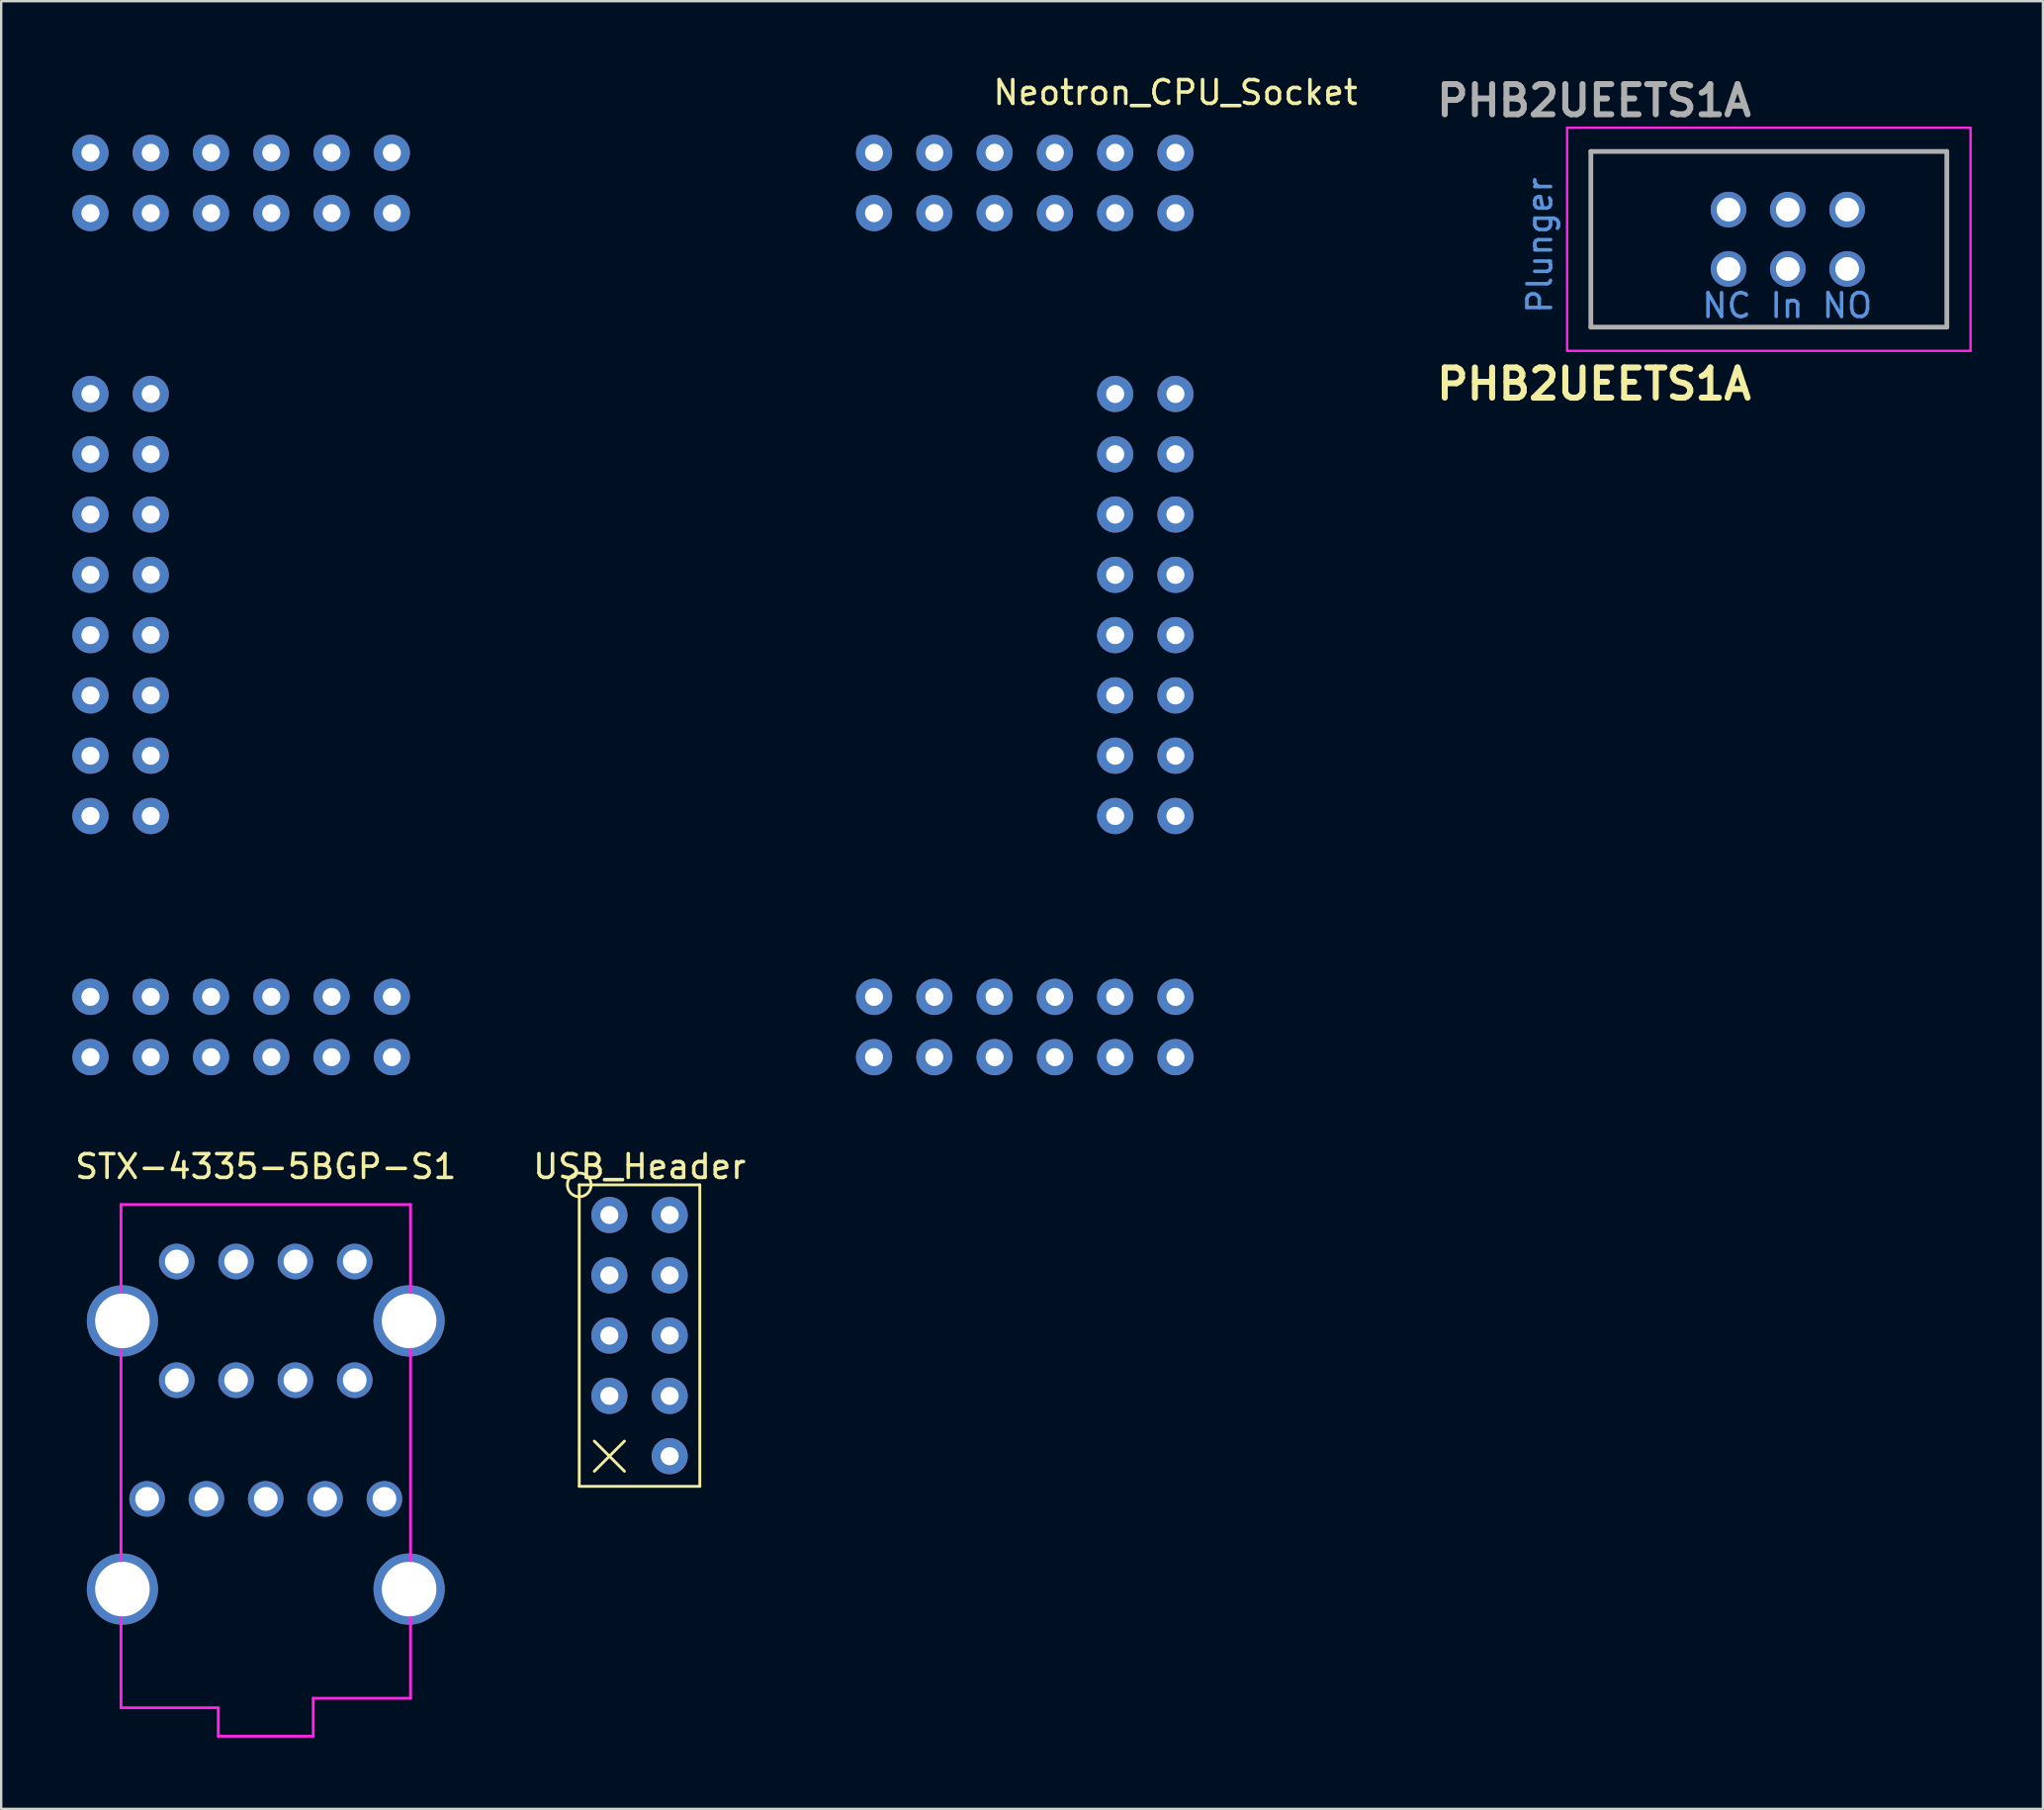
<source format=kicad_pcb>
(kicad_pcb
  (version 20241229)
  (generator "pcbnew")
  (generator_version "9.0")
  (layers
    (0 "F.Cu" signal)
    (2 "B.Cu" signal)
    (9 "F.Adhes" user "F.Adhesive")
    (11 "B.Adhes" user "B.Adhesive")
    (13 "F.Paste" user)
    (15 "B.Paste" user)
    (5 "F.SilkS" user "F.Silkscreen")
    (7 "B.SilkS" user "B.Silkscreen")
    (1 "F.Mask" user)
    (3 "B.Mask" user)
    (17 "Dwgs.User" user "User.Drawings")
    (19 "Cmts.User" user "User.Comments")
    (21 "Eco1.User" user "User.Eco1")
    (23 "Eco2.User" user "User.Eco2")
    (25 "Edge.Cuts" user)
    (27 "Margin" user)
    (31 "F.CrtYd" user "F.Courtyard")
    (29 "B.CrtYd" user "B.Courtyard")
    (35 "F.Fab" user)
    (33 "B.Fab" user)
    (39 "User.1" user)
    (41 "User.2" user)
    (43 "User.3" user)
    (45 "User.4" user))
  (footprint "STX-4335-5BGP-S1"
    (layer "F.Cu")
    (at 8.149 60.099)
    (property "Reference" "STX-4335-5BGP-S1" (at 0 -14 0) (layer "F.SilkS") (effects (font (size 1 1) (thickness 0.15))))
    (attr through_hole)
    (fp_line (start -6.1 -12.4) (end 6.1 -12.4) (stroke (width 0.12) (type solid)) (layer "F.CrtYd"))
    (fp_line (start -6.1 -7.5) (end -6.1 -12.4) (stroke (width 0.12) (type solid)) (layer "F.CrtYd"))
    (fp_line (start -6.1 8.8) (end -6.1 -7.2) (stroke (width 0.12) (type solid)) (layer "F.CrtYd"))
    (fp_line (start -2 8.8) (end -6.1 8.8) (stroke (width 0.12) (type solid)) (layer "F.CrtYd"))
    (fp_line (start -2 10) (end -2 8.8) (stroke (width 0.12) (type solid)) (layer "F.CrtYd"))
    (fp_line (start 2 8.4) (end 2 10) (stroke (width 0.12) (type solid)) (layer "F.CrtYd"))
    (fp_line (start 2 10) (end -2 10) (stroke (width 0.12) (type solid)) (layer "F.CrtYd"))
    (fp_line (start 6.1 -12.4) (end 6.1 8.4) (stroke (width 0.12) (type solid)) (layer "F.CrtYd"))
    (fp_line (start 6.1 8.4) (end 2 8.4) (stroke (width 0.12) (type solid)) (layer "F.CrtYd"))
    (pad "0" thru_hole circle (at -6.04 -7.5) (size 3 3) (drill 2.3) (layers "*.Cu" "*.Mask"))
    (pad "0" thru_hole circle (at -6.04 3.8) (size 3 3) (drill 2.3) (layers "*.Cu" "*.Mask"))
    (pad "0" thru_hole circle (at 6.04 -7.5) (size 3 3) (drill 2.3) (layers "*.Cu" "*.Mask"))
    (pad "0" thru_hole circle (at 6.04 3.8) (size 3 3) (drill 2.3) (layers "*.Cu" "*.Mask"))
    (pad "1" thru_hole circle (at 0 0) (size 1.5 1.5) (drill 1) (layers "*.Cu" "*.Mask"))
    (pad "2" thru_hole circle (at -5 0) (size 1.5 1.5) (drill 1) (layers "*.Cu" "*.Mask"))
    (pad "3" thru_hole circle (at -2.5 0) (size 1.5 1.5) (drill 1) (layers "*.Cu" "*.Mask"))
    (pad "4" thru_hole circle (at 2.5 0) (size 1.5 1.5) (drill 1) (layers "*.Cu" "*.Mask"))
    (pad "5" thru_hole circle (at 5 0) (size 1.5 1.5) (drill 1) (layers "*.Cu" "*.Mask"))
    (pad "22" thru_hole circle (at -3.75 -5) (size 1.5 1.5) (drill 1) (layers "*.Cu" "*.Mask"))
    (pad "23" thru_hole circle (at -1.25 -5) (size 1.5 1.5) (drill 1) (layers "*.Cu" "*.Mask"))
    (pad "24" thru_hole circle (at 1.25 -5) (size 1.5 1.5) (drill 1) (layers "*.Cu" "*.Mask"))
    (pad "25" thru_hole circle (at 3.75 -5) (size 1.5 1.5) (drill 1) (layers "*.Cu" "*.Mask"))
    (pad "32" thru_hole circle (at -3.75 -10) (size 1.5 1.5) (drill 1) (layers "*.Cu" "*.Mask"))
    (pad "33" thru_hole circle (at -1.25 -10) (size 1.5 1.5) (drill 1) (layers "*.Cu" "*.Mask"))
    (pad "34" thru_hole circle (at 1.25 -10) (size 1.5 1.5) (drill 1) (layers "*.Cu" "*.Mask"))
    (pad "35" thru_hole circle (at 3.75 -10) (size 1.5 1.5) (drill 1) (layers "*.Cu" "*.Mask")))
  (footprint "Neotron_CPU_Socket"
    (layer "F.Cu")
    (at 23.622 22.438)
    (property "Reference" "Neotron_CPU_Socket" (at 22.86 -21.59 0) (layer "F.SilkS") (effects (font (size 1 1) (thickness 0.15))))
    (attr through_hole)
    (pad "A1" thru_hole circle (at -22.86 -19.05 90) (size 1.524 1.524) (drill 0.762) (layers "*.Cu" "*.Mask"))
    (pad "A2" thru_hole circle (at -22.86 -16.51 90) (size 1.524 1.524) (drill 0.762) (layers "*.Cu" "*.Mask"))
    (pad "A3" thru_hole circle (at -22.86 -8.89 90) (size 1.524 1.524) (drill 0.762) (layers "*.Cu" "*.Mask"))
    (pad "A4" thru_hole circle (at -22.86 -6.35 90) (size 1.524 1.524) (drill 0.762) (layers "*.Cu" "*.Mask"))
    (pad "A5" thru_hole circle (at -22.86 -3.81 90) (size 1.524 1.524) (drill 0.762) (layers "*.Cu" "*.Mask"))
    (pad "A6" thru_hole circle (at -22.86 -1.27 90) (size 1.524 1.524) (drill 0.762) (layers "*.Cu" "*.Mask"))
    (pad "A7" thru_hole circle (at -22.86 1.27 90) (size 1.524 1.524) (drill 0.762) (layers "*.Cu" "*.Mask"))
    (pad "A8" thru_hole circle (at -22.86 3.81 90) (size 1.524 1.524) (drill 0.762) (layers "*.Cu" "*.Mask"))
    (pad "A9" thru_hole circle (at -22.86 6.35 90) (size 1.524 1.524) (drill 0.762) (layers "*.Cu" "*.Mask"))
    (pad "A10" thru_hole circle (at -22.86 8.89 90) (size 1.524 1.524) (drill 0.762) (layers "*.Cu" "*.Mask"))
    (pad "A11" thru_hole circle (at -22.86 16.51 90) (size 1.524 1.524) (drill 0.762) (layers "*.Cu" "*.Mask"))
    (pad "A12" thru_hole circle (at -22.86 19.05) (size 1.524 1.524) (drill 0.762) (layers "*.Cu" "*.Mask"))
    (pad "B1" thru_hole circle (at -20.32 -19.05 90) (size 1.524 1.524) (drill 0.762) (layers "*.Cu" "*.Mask"))
    (pad "B2" thru_hole circle (at -20.32 -16.51 90) (size 1.524 1.524) (drill 0.762) (layers "*.Cu" "*.Mask"))
    (pad "B3" thru_hole circle (at -20.32 -8.89 90) (size 1.524 1.524) (drill 0.762) (layers "*.Cu" "*.Mask"))
    (pad "B4" thru_hole circle (at -20.32 -6.35 90) (size 1.524 1.524) (drill 0.762) (layers "*.Cu" "*.Mask"))
    (pad "B5" thru_hole circle (at -20.32 -3.81 90) (size 1.524 1.524) (drill 0.762) (layers "*.Cu" "*.Mask"))
    (pad "B6" thru_hole circle (at -20.32 -1.27 90) (size 1.524 1.524) (drill 0.762) (layers "*.Cu" "*.Mask"))
    (pad "B7" thru_hole circle (at -20.32 1.27 90) (size 1.524 1.524) (drill 0.762) (layers "*.Cu" "*.Mask"))
    (pad "B8" thru_hole circle (at -20.32 3.81 90) (size 1.524 1.524) (drill 0.762) (layers "*.Cu" "*.Mask"))
    (pad "B9" thru_hole circle (at -20.32 6.35 90) (size 1.524 1.524) (drill 0.762) (layers "*.Cu" "*.Mask"))
    (pad "B10" thru_hole circle (at -20.32 8.89 90) (size 1.524 1.524) (drill 0.762) (layers "*.Cu" "*.Mask"))
    (pad "B11" thru_hole circle (at -20.32 16.51 90) (size 1.524 1.524) (drill 0.762) (layers "*.Cu" "*.Mask"))
    (pad "B12" thru_hole circle (at -20.32 19.05 90) (size 1.524 1.524) (drill 0.762) (layers "*.Cu" "*.Mask"))
    (pad "C1" thru_hole circle (at -17.78 -19.05 90) (size 1.524 1.524) (drill 0.762) (layers "*.Cu" "*.Mask"))
    (pad "C2" thru_hole circle (at -17.78 -16.51 90) (size 1.524 1.524) (drill 0.762) (layers "*.Cu" "*.Mask"))
    (pad "C11" thru_hole circle (at -17.78 16.51 90) (size 1.524 1.524) (drill 0.762) (layers "*.Cu" "*.Mask"))
    (pad "C12" thru_hole circle (at -17.78 19.05 90) (size 1.524 1.524) (drill 0.762) (layers "*.Cu" "*.Mask"))
    (pad "D1" thru_hole circle (at -15.24 -19.05 90) (size 1.524 1.524) (drill 0.762) (layers "*.Cu" "*.Mask"))
    (pad "D2" thru_hole circle (at -15.24 -16.51 90) (size 1.524 1.524) (drill 0.762) (layers "*.Cu" "*.Mask"))
    (pad "D11" thru_hole circle (at -15.24 16.51 90) (size 1.524 1.524) (drill 0.762) (layers "*.Cu" "*.Mask"))
    (pad "D12" thru_hole circle (at -15.24 19.05 90) (size 1.524 1.524) (drill 0.762) (layers "*.Cu" "*.Mask"))
    (pad "E1" thru_hole circle (at -12.7 -19.05 90) (size 1.524 1.524) (drill 0.762) (layers "*.Cu" "*.Mask"))
    (pad "E2" thru_hole circle (at -12.7 -16.51 90) (size 1.524 1.524) (drill 0.762) (layers "*.Cu" "*.Mask"))
    (pad "E11" thru_hole circle (at -12.7 16.51 90) (size 1.524 1.524) (drill 0.762) (layers "*.Cu" "*.Mask"))
    (pad "E12" thru_hole circle (at -12.7 19.05 90) (size 1.524 1.524) (drill 0.762) (layers "*.Cu" "*.Mask"))
    (pad "F1" thru_hole circle (at -10.16 -19.05 90) (size 1.524 1.524) (drill 0.762) (layers "*.Cu" "*.Mask"))
    (pad "F2" thru_hole circle (at -10.16 -16.51 90) (size 1.524 1.524) (drill 0.762) (layers "*.Cu" "*.Mask"))
    (pad "F11" thru_hole circle (at -10.16 16.51 90) (size 1.524 1.524) (drill 0.762) (layers "*.Cu" "*.Mask"))
    (pad "F12" thru_hole circle (at -10.16 19.05 90) (size 1.524 1.524) (drill 0.762) (layers "*.Cu" "*.Mask"))
    (pad "G1" thru_hole circle (at 10.16 -19.05 90) (size 1.524 1.524) (drill 0.762) (layers "*.Cu" "*.Mask"))
    (pad "G2" thru_hole circle (at 10.16 -16.51 90) (size 1.524 1.524) (drill 0.762) (layers "*.Cu" "*.Mask"))
    (pad "G11" thru_hole circle (at 10.16 16.51 90) (size 1.524 1.524) (drill 0.762) (layers "*.Cu" "*.Mask"))
    (pad "G12" thru_hole circle (at 10.16 19.05 90) (size 1.524 1.524) (drill 0.762) (layers "*.Cu" "*.Mask"))
    (pad "H1" thru_hole circle (at 12.7 -19.05 90) (size 1.524 1.524) (drill 0.762) (layers "*.Cu" "*.Mask"))
    (pad "H2" thru_hole circle (at 12.7 -16.51 90) (size 1.524 1.524) (drill 0.762) (layers "*.Cu" "*.Mask"))
    (pad "H11" thru_hole circle (at 12.7 16.51 90) (size 1.524 1.524) (drill 0.762) (layers "*.Cu" "*.Mask"))
    (pad "H12" thru_hole circle (at 12.7 19.05 90) (size 1.524 1.524) (drill 0.762) (layers "*.Cu" "*.Mask"))
    (pad "I1" thru_hole circle (at 15.24 -19.05 90) (size 1.524 1.524) (drill 0.762) (layers "*.Cu" "*.Mask"))
    (pad "I2" thru_hole circle (at 15.24 -16.51 90) (size 1.524 1.524) (drill 0.762) (layers "*.Cu" "*.Mask"))
    (pad "I11" thru_hole circle (at 15.24 16.51 90) (size 1.524 1.524) (drill 0.762) (layers "*.Cu" "*.Mask"))
    (pad "I12" thru_hole circle (at 15.24 19.05 90) (size 1.524 1.524) (drill 0.762) (layers "*.Cu" "*.Mask"))
    (pad "J1" thru_hole circle (at 17.78 -19.05 90) (size 1.524 1.524) (drill 0.762) (layers "*.Cu" "*.Mask"))
    (pad "J2" thru_hole circle (at 17.78 -16.51 90) (size 1.524 1.524) (drill 0.762) (layers "*.Cu" "*.Mask"))
    (pad "J11" thru_hole circle (at 17.78 16.51 90) (size 1.524 1.524) (drill 0.762) (layers "*.Cu" "*.Mask"))
    (pad "J12" thru_hole circle (at 17.78 19.05 90) (size 1.524 1.524) (drill 0.762) (layers "*.Cu" "*.Mask"))
    (pad "K1" thru_hole circle (at 20.32 -19.05 90) (size 1.524 1.524) (drill 0.762) (layers "*.Cu" "*.Mask"))
    (pad "K2" thru_hole circle (at 20.32 -16.51 90) (size 1.524 1.524) (drill 0.762) (layers "*.Cu" "*.Mask"))
    (pad "K3" thru_hole circle (at 20.32 -8.89 90) (size 1.524 1.524) (drill 0.762) (layers "*.Cu" "*.Mask"))
    (pad "K4" thru_hole circle (at 20.32 -6.35 90) (size 1.524 1.524) (drill 0.762) (layers "*.Cu" "*.Mask"))
    (pad "K5" thru_hole circle (at 20.32 -3.81 90) (size 1.524 1.524) (drill 0.762) (layers "*.Cu" "*.Mask"))
    (pad "K6" thru_hole circle (at 20.32 -1.27 90) (size 1.524 1.524) (drill 0.762) (layers "*.Cu" "*.Mask"))
    (pad "K7" thru_hole circle (at 20.32 1.27 90) (size 1.524 1.524) (drill 0.762) (layers "*.Cu" "*.Mask"))
    (pad "K8" thru_hole circle (at 20.32 3.81 90) (size 1.524 1.524) (drill 0.762) (layers "*.Cu" "*.Mask"))
    (pad "K9" thru_hole circle (at 20.32 6.35 90) (size 1.524 1.524) (drill 0.762) (layers "*.Cu" "*.Mask"))
    (pad "K10" thru_hole circle (at 20.32 8.89 90) (size 1.524 1.524) (drill 0.762) (layers "*.Cu" "*.Mask"))
    (pad "K11" thru_hole circle (at 20.32 16.51 90) (size 1.524 1.524) (drill 0.762) (layers "*.Cu" "*.Mask"))
    (pad "K12" thru_hole circle (at 20.32 19.05 90) (size 1.524 1.524) (drill 0.762) (layers "*.Cu" "*.Mask"))
    (pad "L1" thru_hole circle (at 22.86 -19.05 90) (size 1.524 1.524) (drill 0.762) (layers "*.Cu" "*.Mask"))
    (pad "L2" thru_hole circle (at 22.86 -16.51 90) (size 1.524 1.524) (drill 0.762) (layers "*.Cu" "*.Mask"))
    (pad "L3" thru_hole circle (at 22.86 -8.89 90) (size 1.524 1.524) (drill 0.762) (layers "*.Cu" "*.Mask"))
    (pad "L4" thru_hole circle (at 22.86 -6.35 90) (size 1.524 1.524) (drill 0.762) (layers "*.Cu" "*.Mask"))
    (pad "L5" thru_hole circle (at 22.86 -3.81 90) (size 1.524 1.524) (drill 0.762) (layers "*.Cu" "*.Mask"))
    (pad "L6" thru_hole circle (at 22.86 -1.27 90) (size 1.524 1.524) (drill 0.762) (layers "*.Cu" "*.Mask"))
    (pad "L7" thru_hole circle (at 22.86 1.27 90) (size 1.524 1.524) (drill 0.762) (layers "*.Cu" "*.Mask"))
    (pad "L8" thru_hole circle (at 22.86 3.81 90) (size 1.524 1.524) (drill 0.762) (layers "*.Cu" "*.Mask"))
    (pad "L9" thru_hole circle (at 22.86 6.35 90) (size 1.524 1.524) (drill 0.762) (layers "*.Cu" "*.Mask"))
    (pad "L10" thru_hole circle (at 22.86 8.89 90) (size 1.524 1.524) (drill 0.762) (layers "*.Cu" "*.Mask"))
    (pad "L11" thru_hole circle (at 22.86 16.51 90) (size 1.524 1.524) (drill 0.762) (layers "*.Cu" "*.Mask"))
    (pad "L12" thru_hole circle (at 22.86 19.05 90) (size 1.524 1.524) (drill 0.762) (layers "*.Cu" "*.Mask")))
  (footprint "PHB2UEETS1A"
    (layer "F.Cu")
    (at 71.486 7.031)
    (property "Reference" "PHB2UEETS1A" (at -7.366 6.096 0) (layer "F.SilkS") (effects (font (size 1.27 1.27) (thickness 0.254))))
    (attr through_hole)
    (fp_line (start -7.5 -3.7) (end 7.5 -3.7) (stroke (width 0.1) (type solid)) (layer "F.SilkS"))
    (fp_line (start -7.5 3.7) (end -7.5 -3.7) (stroke (width 0.1) (type solid)) (layer "F.SilkS"))
    (fp_line (start 7.5 -3.7) (end 7.5 3.7) (stroke (width 0.1) (type solid)) (layer "F.SilkS"))
    (fp_line (start 7.5 3.7) (end -7.5 3.7) (stroke (width 0.1) (type solid)) (layer "F.SilkS"))
    (fp_line (start -8.5 -4.7) (end 8.5 -4.7) (stroke (width 0.1) (type solid)) (layer "F.CrtYd"))
    (fp_line (start -8.5 4.7) (end -8.5 -4.7) (stroke (width 0.1) (type solid)) (layer "F.CrtYd"))
    (fp_line (start 8.5 -4.7) (end 8.5 4.7) (stroke (width 0.1) (type solid)) (layer "F.CrtYd"))
    (fp_line (start 8.5 4.7) (end -8.5 4.7) (stroke (width 0.1) (type solid)) (layer "F.CrtYd"))
    (fp_line (start -7.5 -3.7) (end 7.5 -3.7) (stroke (width 0.2) (type solid)) (layer "F.Fab"))
    (fp_line (start -7.5 3.7) (end -7.5 -3.7) (stroke (width 0.2) (type solid)) (layer "F.Fab"))
    (fp_line (start 7.5 -3.7) (end 7.5 3.7) (stroke (width 0.2) (type solid)) (layer "F.Fab"))
    (fp_line (start 7.5 3.7) (end -7.5 3.7) (stroke (width 0.2) (type solid)) (layer "F.Fab"))
    (fp_text user "NO" (at 3.302 2.794 0) (layer "Cmts.User") (effects (font (size 1 1) (thickness 0.15))))
    (fp_text user "In" (at 0.762 2.794 0) (layer "Cmts.User") (effects (font (size 1 1) (thickness 0.15))))
    (fp_text user "NC" (at -1.778 2.794 0) (layer "Cmts.User") (effects (font (size 1 1) (thickness 0.15))))
    (fp_text user "Plunger" (at -9.652 0.254 90) (layer "Cmts.User") (effects (font (size 1 1) (thickness 0.15))))
    (fp_text user "${REFERENCE}" (at -7.366 -5.842 0) (layer "F.Fab") (effects (font (size 1.27 1.27) (thickness 0.254))))
    (pad "1" thru_hole circle (at -1.7 1.25) (size 1.5 1.5) (drill 1) (layers "*.Cu" "*.Mask"))
    (pad "2" thru_hole circle (at 0.8 1.25) (size 1.5 1.5) (drill 1) (layers "*.Cu" "*.Mask"))
    (pad "3" thru_hole circle (at 3.3 1.25) (size 1.5 1.5) (drill 1) (layers "*.Cu" "*.Mask"))
    (pad "4" thru_hole circle (at -1.7 -1.25) (size 1.5 1.5) (drill 1) (layers "*.Cu" "*.Mask"))
    (pad "5" thru_hole circle (at 0.8 -1.25) (size 1.5 1.5) (drill 1) (layers "*.Cu" "*.Mask"))
    (pad "6" thru_hole circle (at 3.3 -1.25) (size 1.5 1.5) (drill 1) (layers "*.Cu" "*.Mask")))
  (footprint "USB_Header"
    (layer "F.Cu")
    (at 23.899 45.599)
    (property "Reference" "USB_Header" (at 0 0.5 0) (layer "F.SilkS") (effects (font (size 1 1) (thickness 0.15))))
    (attr through_hole)
    (fp_line (start -2.54 1.27) (end -2.54 13.97) (stroke (width 0.12) (type solid)) (layer "F.SilkS"))
    (fp_line (start -2.54 13.97) (end 2.54 13.97) (stroke (width 0.12) (type solid)) (layer "F.SilkS"))
    (fp_line (start -1.905 12.065) (end -0.635 13.335) (stroke (width 0.12) (type solid)) (layer "F.SilkS"))
    (fp_line (start -0.635 12.065) (end -1.905 13.335) (stroke (width 0.12) (type solid)) (layer "F.SilkS"))
    (fp_line (start 2.54 1.27) (end -2.54 1.27) (stroke (width 0.12) (type solid)) (layer "F.SilkS"))
    (fp_line (start 2.54 13.97) (end 2.54 1.27) (stroke (width 0.12) (type solid)) (layer "F.SilkS"))
    (fp_circle (center -2.54 1.27) (end -2.04 1.27) (stroke (width 0.12) (type solid)) (fill no) (layer "F.SilkS"))
    (pad "1" thru_hole circle (at -1.27 2.54) (size 1.524 1.524) (drill 0.762) (layers "*.Cu" "*.Mask"))
    (pad "2" thru_hole circle (at -1.27 5.08) (size 1.524 1.524) (drill 0.762) (layers "*.Cu" "*.Mask"))
    (pad "3" thru_hole circle (at -1.27 7.62) (size 1.524 1.524) (drill 0.762) (layers "*.Cu" "*.Mask"))
    (pad "4" thru_hole circle (at -1.27 10.16) (size 1.524 1.524) (drill 0.762) (layers "*.Cu" "*.Mask"))
    (pad "5" thru_hole circle (at 1.27 2.54) (size 1.524 1.524) (drill 0.762) (layers "*.Cu" "*.Mask"))
    (pad "6" thru_hole circle (at 1.27 5.08) (size 1.524 1.524) (drill 0.762) (layers "*.Cu" "*.Mask"))
    (pad "7" thru_hole circle (at 1.27 7.62) (size 1.524 1.524) (drill 0.762) (layers "*.Cu" "*.Mask"))
    (pad "8" thru_hole circle (at 1.27 10.16) (size 1.524 1.524) (drill 0.762) (layers "*.Cu" "*.Mask"))
    (pad "9" thru_hole circle (at 1.27 12.7) (size 1.524 1.524) (drill 0.762) (layers "*.Cu" "*.Mask")))
  (gr_rect
    (start -3 -3)
    (end 83.036 73.159)
    (stroke (width 0.1) (type default))
    (fill no)
    (layer "Edge.Cuts")))
</source>
